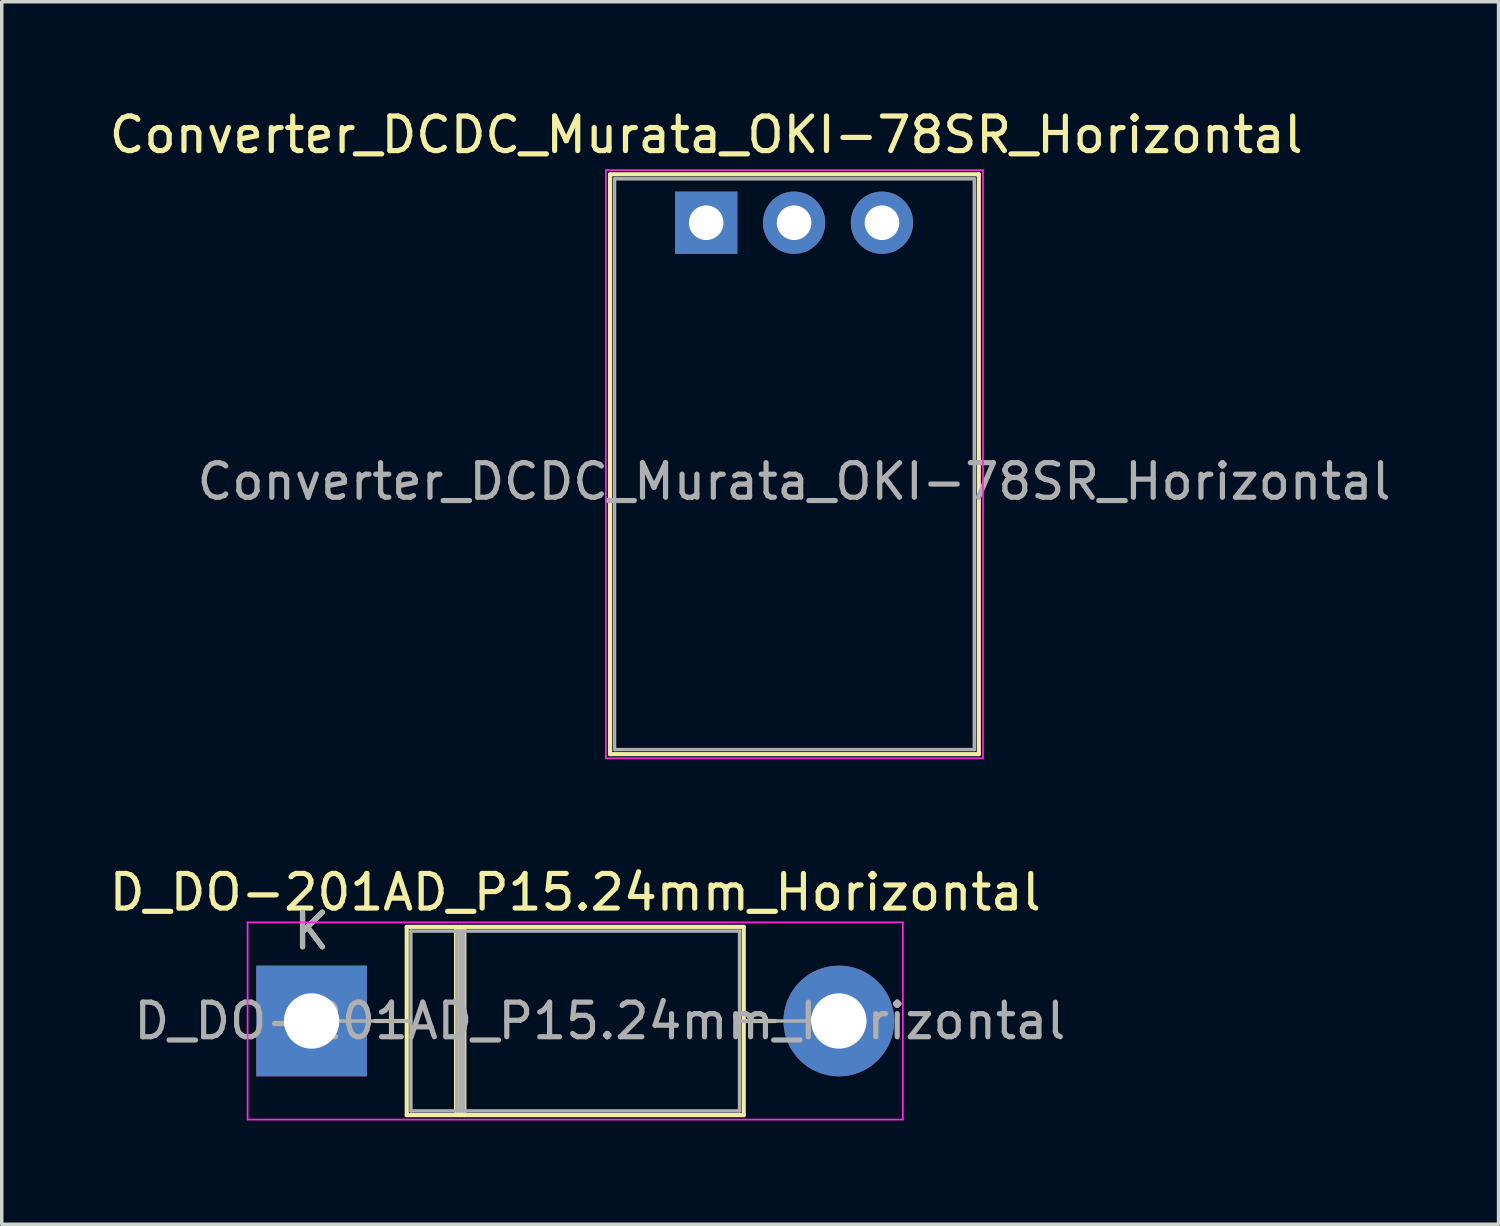
<source format=kicad_pcb>
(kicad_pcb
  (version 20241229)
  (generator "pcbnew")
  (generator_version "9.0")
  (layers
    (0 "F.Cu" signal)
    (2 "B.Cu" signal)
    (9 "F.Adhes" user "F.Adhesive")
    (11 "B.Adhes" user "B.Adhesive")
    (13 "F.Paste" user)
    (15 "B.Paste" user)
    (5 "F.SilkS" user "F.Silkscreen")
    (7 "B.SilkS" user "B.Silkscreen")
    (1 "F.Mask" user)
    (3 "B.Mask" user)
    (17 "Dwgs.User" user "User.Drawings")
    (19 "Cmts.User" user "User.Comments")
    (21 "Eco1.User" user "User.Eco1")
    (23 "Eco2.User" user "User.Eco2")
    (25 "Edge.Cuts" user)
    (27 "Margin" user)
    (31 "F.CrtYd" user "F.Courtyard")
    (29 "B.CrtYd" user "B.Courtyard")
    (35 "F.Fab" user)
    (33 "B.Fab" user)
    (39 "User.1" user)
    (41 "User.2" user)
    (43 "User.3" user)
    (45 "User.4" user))
  (footprint "D_DO-201AD_P15.24mm_Horizontal"
    (layer "F.Cu")
    (at 5.957 26.462)
    (property "Reference" "D_DO-201AD_P15.24mm_Horizontal" (at 7.62 -3.72 0) (layer "F.SilkS") (effects (font (size 1 1) (thickness 0.15))))
    (attr through_hole)
    (fp_line (start 1.84 0) (end 2.75 0) (stroke (width 0.12) (type solid)) (layer "F.SilkS"))
    (fp_line (start 2.75 -2.72) (end 2.75 2.72) (stroke (width 0.12) (type solid)) (layer "F.SilkS"))
    (fp_line (start 2.75 2.72) (end 12.49 2.72) (stroke (width 0.12) (type solid)) (layer "F.SilkS"))
    (fp_line (start 4.175 -2.72) (end 4.175 2.72) (stroke (width 0.12) (type solid)) (layer "F.SilkS"))
    (fp_line (start 4.295 -2.72) (end 4.295 2.72) (stroke (width 0.12) (type solid)) (layer "F.SilkS"))
    (fp_line (start 4.415 -2.72) (end 4.415 2.72) (stroke (width 0.12) (type solid)) (layer "F.SilkS"))
    (fp_line (start 12.49 -2.72) (end 2.75 -2.72) (stroke (width 0.12) (type solid)) (layer "F.SilkS"))
    (fp_line (start 12.49 2.72) (end 12.49 -2.72) (stroke (width 0.12) (type solid)) (layer "F.SilkS"))
    (fp_line (start 13.4 0) (end 12.49 0) (stroke (width 0.12) (type solid)) (layer "F.SilkS"))
    (fp_line (start -1.85 -2.85) (end -1.85 2.85) (stroke (width 0.05) (type solid)) (layer "F.CrtYd"))
    (fp_line (start -1.85 2.85) (end 17.09 2.85) (stroke (width 0.05) (type solid)) (layer "F.CrtYd"))
    (fp_line (start 17.09 -2.85) (end -1.85 -2.85) (stroke (width 0.05) (type solid)) (layer "F.CrtYd"))
    (fp_line (start 17.09 2.85) (end 17.09 -2.85) (stroke (width 0.05) (type solid)) (layer "F.CrtYd"))
    (fp_line (start 0 0) (end 2.87 0) (stroke (width 0.1) (type solid)) (layer "F.Fab"))
    (fp_line (start 2.87 -2.6) (end 2.87 2.6) (stroke (width 0.1) (type solid)) (layer "F.Fab"))
    (fp_line (start 2.87 2.6) (end 12.37 2.6) (stroke (width 0.1) (type solid)) (layer "F.Fab"))
    (fp_line (start 4.195 -2.6) (end 4.195 2.6) (stroke (width 0.1) (type solid)) (layer "F.Fab"))
    (fp_line (start 4.295 -2.6) (end 4.295 2.6) (stroke (width 0.1) (type solid)) (layer "F.Fab"))
    (fp_line (start 4.395 -2.6) (end 4.395 2.6) (stroke (width 0.1) (type solid)) (layer "F.Fab"))
    (fp_line (start 12.37 -2.6) (end 2.87 -2.6) (stroke (width 0.1) (type solid)) (layer "F.Fab"))
    (fp_line (start 12.37 2.6) (end 12.37 -2.6) (stroke (width 0.1) (type solid)) (layer "F.Fab"))
    (fp_line (start 15.24 0) (end 12.37 0) (stroke (width 0.1) (type solid)) (layer "F.Fab"))
    (fp_text user "K" (at 0 -2.6 0) (layer "F.SilkS") (effects (font (size 1 1) (thickness 0.15))))
    (fp_text user "${REFERENCE}" (at 8.332 0 0) (layer "F.Fab") (effects (font (size 1 1) (thickness 0.15))))
    (fp_text user "K" (at 0 -2.6 0) (layer "F.Fab") (effects (font (size 1 1) (thickness 0.15))))
    (pad "1" thru_hole rect (at 0 0) (size 3.2 3.2) (drill 1.6) (layers "*.Cu" "*.Mask"))
    (pad "2" thru_hole oval (at 15.24 0) (size 3.2 3.2) (drill 1.6) (layers "*.Cu" "*.Mask")))
  (footprint "Converter_DCDC_Murata_OKI-78SR_Horizontal"
    (layer "F.Cu")
    (at 17.363 3.388)
    (property "Reference" "Converter_DCDC_Murata_OKI-78SR_Horizontal" (at 0 -2.54 180) (layer "F.SilkS") (effects (font (size 1 1) (thickness 0.15))))
    (attr through_hole)
    (fp_line (start -2.78 -1.4) (end -2.78 15.36) (stroke (width 0.12) (type solid)) (layer "F.SilkS"))
    (fp_line (start -2.78 15.36) (end 7.88 15.36) (stroke (width 0.12) (type solid)) (layer "F.SilkS"))
    (fp_line (start 7.88 -1.4) (end -2.77 -1.4) (stroke (width 0.12) (type solid)) (layer "F.SilkS"))
    (fp_line (start 7.88 15.36) (end 7.88 -1.4) (stroke (width 0.12) (type solid)) (layer "F.SilkS"))
    (fp_line (start -2.9 -1.52) (end -2.9 15.48) (stroke (width 0.05) (type solid)) (layer "F.CrtYd"))
    (fp_line (start -2.9 15.48) (end 8 15.48) (stroke (width 0.05) (type solid)) (layer "F.CrtYd"))
    (fp_line (start 8 -1.52) (end -2.9 -1.52) (stroke (width 0.05) (type solid)) (layer "F.CrtYd"))
    (fp_line (start 8 15.48) (end 8 -1.52) (stroke (width 0.05) (type solid)) (layer "F.CrtYd"))
    (fp_line (start -2.65 -1.27) (end 7.75 -1.27) (stroke (width 0.1) (type solid)) (layer "F.Fab"))
    (fp_line (start -2.65 15.23) (end -2.65 -1.27) (stroke (width 0.1) (type solid)) (layer "F.Fab"))
    (fp_line (start 7.75 -1.27) (end 7.75 15.23) (stroke (width 0.1) (type solid)) (layer "F.Fab"))
    (fp_line (start 7.75 15.23) (end -2.65 15.23) (stroke (width 0.1) (type solid)) (layer "F.Fab"))
    (fp_text user "${REFERENCE}" (at 2.54 7.48 180) (layer "F.Fab") (effects (font (size 1 1) (thickness 0.15))))
    (pad "1" thru_hole rect (at 0 0 180) (size 1.8 1.8) (drill 1) (layers "*.Cu" "*.Mask"))
    (pad "2" thru_hole circle (at 2.54 0 180) (size 1.8 1.8) (drill 1) (layers "*.Cu" "*.Mask"))
    (pad "3" thru_hole circle (at 5.08 0 180) (size 1.8 1.8) (drill 1) (layers "*.Cu" "*.Mask")))
  (gr_rect
    (start -3 -3)
    (end 40.266 32.337)
    (stroke (width 0.1) (type default))
    (fill no)
    (layer "Edge.Cuts")))
</source>
